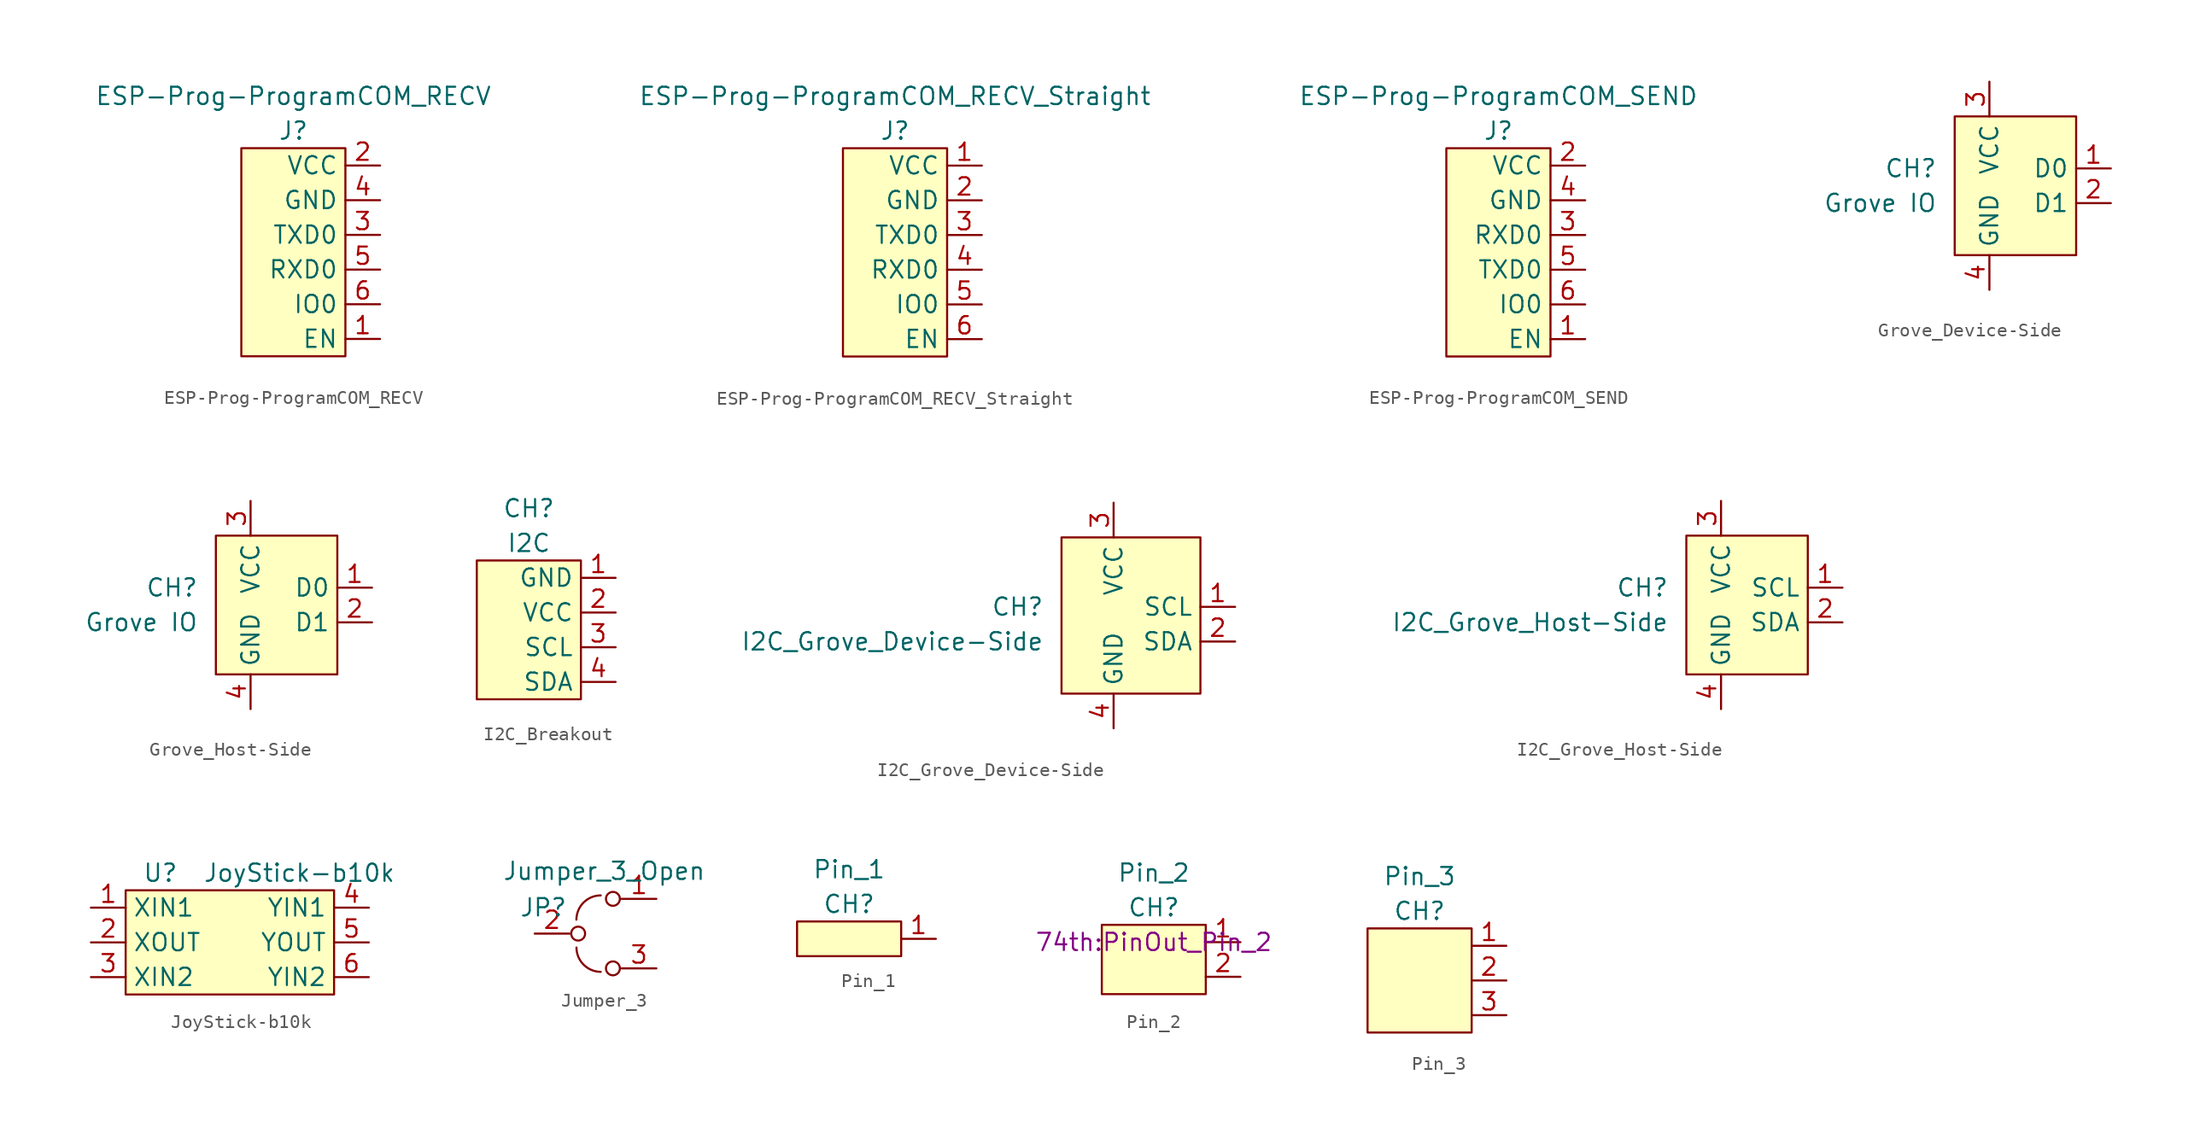
<source format=kicad_sym>
(kicad_symbol_lib
  (version 20220914)
  (generator kicad_symbol_editor)
  (symbol "ESP-Prog-ProgramCOM_RECV"
    (property "Reference" "J"
      (at 0 5.08 0)
      (effects (font (size 1.27 1.27))))
    (property "Value" "ESP-Prog-ProgramCOM_RECV"
      (at 0 7.62 0)
      (effects (font (size 1.27 1.27))))
    (symbol "ESP-Prog-ProgramCOM_RECV_0_1"
      (rectangle (start -3.81 3.81) (end 3.81 -11.43) (stroke (width 0.152) (type default)) (fill (type background))))
    (symbol "ESP-Prog-ProgramCOM_RECV_1_1"
      (pin output line (at 6.35 -10.16 180) (length 2.54) (name "EN" (effects (font (size 1.27 1.27)))) (number "1" (effects (font (size 1.27 1.27)))))
      (pin passive line (at 6.35 2.54 180) (length 2.54) (name "VCC" (effects (font (size 1.27 1.27)))) (number "2" (effects (font (size 1.27 1.27)))))
      (pin input line (at 6.35 -2.54 180) (length 2.54) (name "TXD0" (effects (font (size 1.27 1.27)))) (number "3" (effects (font (size 1.27 1.27)))))
      (pin passive line (at 6.35 0 180) (length 2.54) (name "GND" (effects (font (size 1.27 1.27)))) (number "4" (effects (font (size 1.27 1.27)))))
      (pin output line (at 6.35 -5.08 180) (length 2.54) (name "RXD0" (effects (font (size 1.27 1.27)))) (number "5" (effects (font (size 1.27 1.27)))))
      (pin output line (at 6.35 -7.62 180) (length 2.54) (name "IO0" (effects (font (size 1.27 1.27)))) (number "6" (effects (font (size 1.27 1.27)))))))
  (symbol "ESP-Prog-ProgramCOM_RECV_Straight"
    (property "Reference" "J"
      (at 0 5.08 0)
      (effects (font (size 1.27 1.27))))
    (property "Value" "ESP-Prog-ProgramCOM_RECV_Straight"
      (at 0 7.62 0)
      (effects (font (size 1.27 1.27))))
    (symbol "ESP-Prog-ProgramCOM_RECV_Straight_0_1"
      (rectangle (start -3.81 3.81) (end 3.81 -11.43) (stroke (width 0.152) (type default)) (fill (type background))))
    (symbol "ESP-Prog-ProgramCOM_RECV_Straight_1_1"
      (pin passive line (at 6.35 2.54 180) (length 2.54) (name "VCC" (effects (font (size 1.27 1.27)))) (number "1" (effects (font (size 1.27 1.27)))))
      (pin passive line (at 6.35 0 180) (length 2.54) (name "GND" (effects (font (size 1.27 1.27)))) (number "2" (effects (font (size 1.27 1.27)))))
      (pin input line (at 6.35 -2.54 180) (length 2.54) (name "TXD0" (effects (font (size 1.27 1.27)))) (number "3" (effects (font (size 1.27 1.27)))))
      (pin output line (at 6.35 -5.08 180) (length 2.54) (name "RXD0" (effects (font (size 1.27 1.27)))) (number "4" (effects (font (size 1.27 1.27)))))
      (pin output line (at 6.35 -7.62 180) (length 2.54) (name "IO0" (effects (font (size 1.27 1.27)))) (number "5" (effects (font (size 1.27 1.27)))))
      (pin output line (at 6.35 -10.16 180) (length 2.54) (name "EN" (effects (font (size 1.27 1.27)))) (number "6" (effects (font (size 1.27 1.27)))))))
  (symbol "ESP-Prog-ProgramCOM_SEND"
    (property "Reference" "J"
      (at 0 5.08 0)
      (effects (font (size 1.27 1.27))))
    (property "Value" "ESP-Prog-ProgramCOM_SEND"
      (at 0 7.62 0)
      (effects (font (size 1.27 1.27))))
    (symbol "ESP-Prog-ProgramCOM_SEND_0_1"
      (rectangle (start -3.81 3.81) (end 3.81 -11.43) (stroke (width 0.152) (type default)) (fill (type background))))
    (symbol "ESP-Prog-ProgramCOM_SEND_1_1"
      (pin input line (at 6.35 -10.16 180) (length 2.54) (name "EN" (effects (font (size 1.27 1.27)))) (number "1" (effects (font (size 1.27 1.27)))))
      (pin power_in line (at 6.35 2.54 180) (length 2.54) (name "VCC" (effects (font (size 1.27 1.27)))) (number "2" (effects (font (size 1.27 1.27)))))
      (pin output line (at 6.35 -2.54 180) (length 2.54) (name "RXD0" (effects (font (size 1.27 1.27)))) (number "3" (effects (font (size 1.27 1.27)))))
      (pin power_in line (at 6.35 0 180) (length 2.54) (name "GND" (effects (font (size 1.27 1.27)))) (number "4" (effects (font (size 1.27 1.27)))))
      (pin input line (at 6.35 -5.08 180) (length 2.54) (name "TXD0" (effects (font (size 1.27 1.27)))) (number "5" (effects (font (size 1.27 1.27)))))
      (pin input line (at 6.35 -7.62 180) (length 2.54) (name "IO0" (effects (font (size 1.27 1.27)))) (number "6" (effects (font (size 1.27 1.27)))))))
  (symbol "Grove_Device-Side"
    (property "Reference" "CH"
      (at -6.35 0 0)
      (effects (font (size 1.27 1.27)) (justify right)))
    (property "Value" "Grove IO"
      (at -6.35 -2.54 0)
      (effects (font (size 1.27 1.27)) (justify right)))
    (symbol "Grove_Device-Side_0_1"
      (rectangle (start -5.08 3.81) (end 3.81 -6.35) (stroke (width 0.152) (type default)) (fill (type background))))
    (symbol "Grove_Device-Side_1_1"
      (pin bidirectional line (at 6.35 0 180) (length 2.54) (name "D0" (effects (font (size 1.27 1.27)))) (number "1" (effects (font (size 1.27 1.27)))))
      (pin bidirectional line (at 6.35 -2.54 180) (length 2.54) (name "D1" (effects (font (size 1.27 1.27)))) (number "2" (effects (font (size 1.27 1.27)))))
      (pin power_out line (at -2.54 6.35 270) (length 2.54) (name "VCC" (effects (font (size 1.27 1.27)))) (number "3" (effects (font (size 1.27 1.27)))))
      (pin power_out line (at -2.54 -8.89 90) (length 2.54) (name "GND" (effects (font (size 1.27 1.27)))) (number "4" (effects (font (size 1.27 1.27)))))))
  (symbol "Grove_Host-Side"
    (property "Reference" "CH"
      (at -6.35 0 0)
      (effects (font (size 1.27 1.27)) (justify right)))
    (property "Value" "Grove IO"
      (at -6.35 -2.54 0)
      (effects (font (size 1.27 1.27)) (justify right)))
    (symbol "Grove_Host-Side_0_1"
      (rectangle (start -5.08 3.81) (end 3.81 -6.35) (stroke (width 0.152) (type default)) (fill (type background))))
    (symbol "Grove_Host-Side_1_1"
      (pin bidirectional line (at 6.35 0 180) (length 2.54) (name "D0" (effects (font (size 1.27 1.27)))) (number "1" (effects (font (size 1.27 1.27)))))
      (pin bidirectional line (at 6.35 -2.54 180) (length 2.54) (name "D1" (effects (font (size 1.27 1.27)))) (number "2" (effects (font (size 1.27 1.27)))))
      (pin power_in line (at -2.54 6.35 270) (length 2.54) (name "VCC" (effects (font (size 1.27 1.27)))) (number "3" (effects (font (size 1.27 1.27)))))
      (pin power_in line (at -2.54 -8.89 90) (length 2.54) (name "GND" (effects (font (size 1.27 1.27)))) (number "4" (effects (font (size 1.27 1.27)))))))
  (symbol "I2C_Breakout"
    (property "Reference" "CH"
      (at 0 7.62 0)
      (effects (font (size 1.27 1.27))))
    (property "Value" "I2C"
      (at 0 5.08 0)
      (effects (font (size 1.27 1.27))))
    (symbol "I2C_Breakout_0_1"
      (rectangle (start -3.81 3.81) (end 3.81 -6.35) (stroke (width 0.152) (type default)) (fill (type background))))
    (symbol "I2C_Breakout_1_1"
      (pin power_in line (at 6.35 2.54 180) (length 2.54) (name "GND" (effects (font (size 1.27 1.27)))) (number "1" (effects (font (size 1.27 1.27)))))
      (pin power_in line (at 6.35 0 180) (length 2.54) (name "VCC" (effects (font (size 1.27 1.27)))) (number "2" (effects (font (size 1.27 1.27)))))
      (pin input line (at 6.35 -2.54 180) (length 2.54) (name "SCL" (effects (font (size 1.27 1.27)))) (number "3" (effects (font (size 1.27 1.27)))))
      (pin bidirectional line (at 6.35 -5.08 180) (length 2.54) (name "SDA" (effects (font (size 1.27 1.27)))) (number "4" (effects (font (size 1.27 1.27)))))))
  (symbol "I2C_Grove_Device-Side"
    (property "Reference" "CH"
      (at -7.62 1.27 0)
      (effects (font (size 1.27 1.27)) (justify right)))
    (property "Value" "I2C_Grove_Device-Side"
      (at -7.62 -1.27 0)
      (effects (font (size 1.27 1.27)) (justify right)))
    (symbol "I2C_Grove_Device-Side_0_1"
      (rectangle (start -6.35 6.35) (end 3.81 -5.08) (stroke (width 0.152) (type default)) (fill (type background))))
    (symbol "I2C_Grove_Device-Side_1_1"
      (pin input line (at 6.35 1.27 180) (length 2.54) (name "SCL" (effects (font (size 1.27 1.27)))) (number "1" (effects (font (size 1.27 1.27)))))
      (pin bidirectional line (at 6.35 -1.27 180) (length 2.54) (name "SDA" (effects (font (size 1.27 1.27)))) (number "2" (effects (font (size 1.27 1.27)))))
      (pin power_out line (at -2.54 8.89 270) (length 2.54) (name "VCC" (effects (font (size 1.27 1.27)))) (number "3" (effects (font (size 1.27 1.27)))))
      (pin power_out line (at -2.54 -7.62 90) (length 2.54) (name "GND" (effects (font (size 1.27 1.27)))) (number "4" (effects (font (size 1.27 1.27)))))))
  (symbol "I2C_Grove_Host-Side"
    (property "Reference" "CH"
      (at -6.35 0 0)
      (effects (font (size 1.27 1.27)) (justify right)))
    (property "Value" "I2C_Grove_Host-Side"
      (at -6.35 -2.54 0)
      (effects (font (size 1.27 1.27)) (justify right)))
    (symbol "I2C_Grove_Host-Side_0_1"
      (rectangle (start -5.08 3.81) (end 3.81 -6.35) (stroke (width 0.152) (type default)) (fill (type background))))
    (symbol "I2C_Grove_Host-Side_1_1"
      (pin input line (at 6.35 0 180) (length 2.54) (name "SCL" (effects (font (size 1.27 1.27)))) (number "1" (effects (font (size 1.27 1.27)))))
      (pin bidirectional line (at 6.35 -2.54 180) (length 2.54) (name "SDA" (effects (font (size 1.27 1.27)))) (number "2" (effects (font (size 1.27 1.27)))))
      (pin power_in line (at -2.54 6.35 270) (length 2.54) (name "VCC" (effects (font (size 1.27 1.27)))) (number "3" (effects (font (size 1.27 1.27)))))
      (pin power_in line (at -2.54 -8.89 90) (length 2.54) (name "GND" (effects (font (size 1.27 1.27)))) (number "4" (effects (font (size 1.27 1.27)))))))
  (symbol "JoyStick-b10k"
    (property "Reference" "U"
      (at -5.08 6.35 0)
      (effects (font (size 1.27 1.27))))
    (property "Value" "JoyStick-b10k"
      (at 5.08 6.35 0)
      (effects (font (size 1.27 1.27))))
    (symbol "JoyStick-b10k_0_1"
      (rectangle (start -7.62 5.08) (end 7.62 -2.54) (stroke (width 0.152) (type default)) (fill (type background)))
      (rectangle (start 5.08 5.08) (end 5.08 5.08) (stroke (width 0.152) (type default)) (fill (type none))))
    (symbol "JoyStick-b10k_1_1"
      (pin input line (at -10.16 3.81 0) (length 2.54) (name "XIN1" (effects (font (size 1.27 1.27)))) (number "1" (effects (font (size 1.27 1.27)))))
      (pin output line (at -10.16 1.27 0) (length 2.54) (name "XOUT" (effects (font (size 1.27 1.27)))) (number "2" (effects (font (size 1.27 1.27)))))
      (pin input line (at -10.16 -1.27 0) (length 2.54) (name "XIN2" (effects (font (size 1.27 1.27)))) (number "3" (effects (font (size 1.27 1.27)))))
      (pin input line (at 10.16 3.81 180) (length 2.54) (name "YIN1" (effects (font (size 1.27 1.27)))) (number "4" (effects (font (size 1.27 1.27)))))
      (pin output line (at 10.16 1.27 180) (length 2.54) (name "YOUT" (effects (font (size 1.27 1.27)))) (number "5" (effects (font (size 1.27 1.27)))))
      (pin input line (at 10.16 -1.27 180) (length 2.54) (name "YIN2" (effects (font (size 1.27 1.27)))) (number "6" (effects (font (size 1.27 1.27)))))))
  (symbol "Jumper_3"
    (pin_names
      (offset 0) hide)
    (property "Reference" "JP"
      (at -4.445 1.905 0)
      (effects (font (size 1.27 1.27))))
    (property "Value" "Jumper_3_Open"
      (at 0 4.572 0)
      (effects (font (size 1.27 1.27))))
    (symbol "Jumper_3_0_0"
      (circle (center -1.905 0) (radius 0.508) (stroke (width 0) (type default)) (fill (type none)))
      (circle (center 0.635 -2.54) (radius 0.508) (stroke (width 0) (type default)) (fill (type none)))
      (circle (center 0.635 2.54) (radius 0.508) (stroke (width 0) (type default)) (fill (type none))))
    (symbol "Jumper_3_0_1"
      (arc (start -2.032 -1.016) (mid -1.5082 -2.2702) (end -0.254 -2.794) (stroke (width 0) (type default)) (fill (type none)))
      (arc (start -0.254 2.794) (mid -1.5095 2.2715) (end -2.032 1.016) (stroke (width 0) (type default)) (fill (type none))))
    (symbol "Jumper_3_1_1"
      (pin passive line (at 3.81 2.54 180) (length 2.54) (name "A" (effects (font (size 1.27 1.27)))) (number "1" (effects (font (size 1.27 1.27)))))
      (pin passive line (at -5.08 0 0) (length 2.54) (name "C" (effects (font (size 1.27 1.27)))) (number "2" (effects (font (size 1.27 1.27)))))
      (pin passive line (at 3.81 -2.54 180) (length 2.54) (name "B" (effects (font (size 1.27 1.27)))) (number "3" (effects (font (size 1.27 1.27)))))))
  (symbol "Pin_1"
    (property "Reference" "CH"
      (at 0 2.54 0)
      (effects (font (size 1.27 1.27))))
    (property "Value" "Pin_1"
      (at 0 5.08 0)
      (effects (font (size 1.27 1.27))))
    (symbol "Pin_1_0_1"
      (rectangle (start -3.81 1.27) (end 3.81 -1.27) (stroke (width 0.152) (type default)) (fill (type background))))
    (symbol "Pin_1_1_1"
      (pin bidirectional line (at 6.35 0 180) (length 2.54) (name "" (effects (font (size 1.27 1.27)))) (number "1" (effects (font (size 1.27 1.27)))))))
  (symbol "Pin_2"
    (property "Reference" "CH"
      (at 0 2.54 0)
      (effects (font (size 1.27 1.27))))
    (property "Value" "Pin_2"
      (at 0 5.08 0)
      (effects (font (size 1.27 1.27))))
    (property "Footprint" "74th:PinOut_Pin_2"
      (at 0 0 0)
      (effects (font (size 1.27 1.27))))
    (symbol "Pin_2_0_1"
      (rectangle (start -3.81 1.27) (end 3.81 -3.81) (stroke (width 0.152) (type default)) (fill (type background))))
    (symbol "Pin_2_1_1"
      (pin bidirectional line (at 6.35 0 180) (length 2.54) (name "" (effects (font (size 1.27 1.27)))) (number "1" (effects (font (size 1.27 1.27)))))
      (pin bidirectional line (at 6.35 -2.54 180) (length 2.54) (name "" (effects (font (size 1.27 1.27)))) (number "2" (effects (font (size 1.27 1.27)))))))
  (symbol "Pin_3"
    (property "Reference" "CH"
      (at 0 2.54 0)
      (effects (font (size 1.27 1.27))))
    (property "Value" "Pin_3"
      (at 0 5.08 0)
      (effects (font (size 1.27 1.27))))
    (symbol "Pin_3_0_1"
      (rectangle (start -3.81 1.27) (end 3.81 -6.35) (stroke (width 0.152) (type default)) (fill (type background))))
    (symbol "Pin_3_1_1"
      (pin bidirectional line (at 6.35 0 180) (length 2.54) (name "" (effects (font (size 1.27 1.27)))) (number "1" (effects (font (size 1.27 1.27)))))
      (pin bidirectional line (at 6.35 -2.54 180) (length 2.54) (name "" (effects (font (size 1.27 1.27)))) (number "2" (effects (font (size 1.27 1.27)))))
      (pin bidirectional line (at 6.35 -5.08 180) (length 2.54) (name "" (effects (font (size 1.27 1.27)))) (number "3" (effects (font (size 1.27 1.27))))))))
</source>
